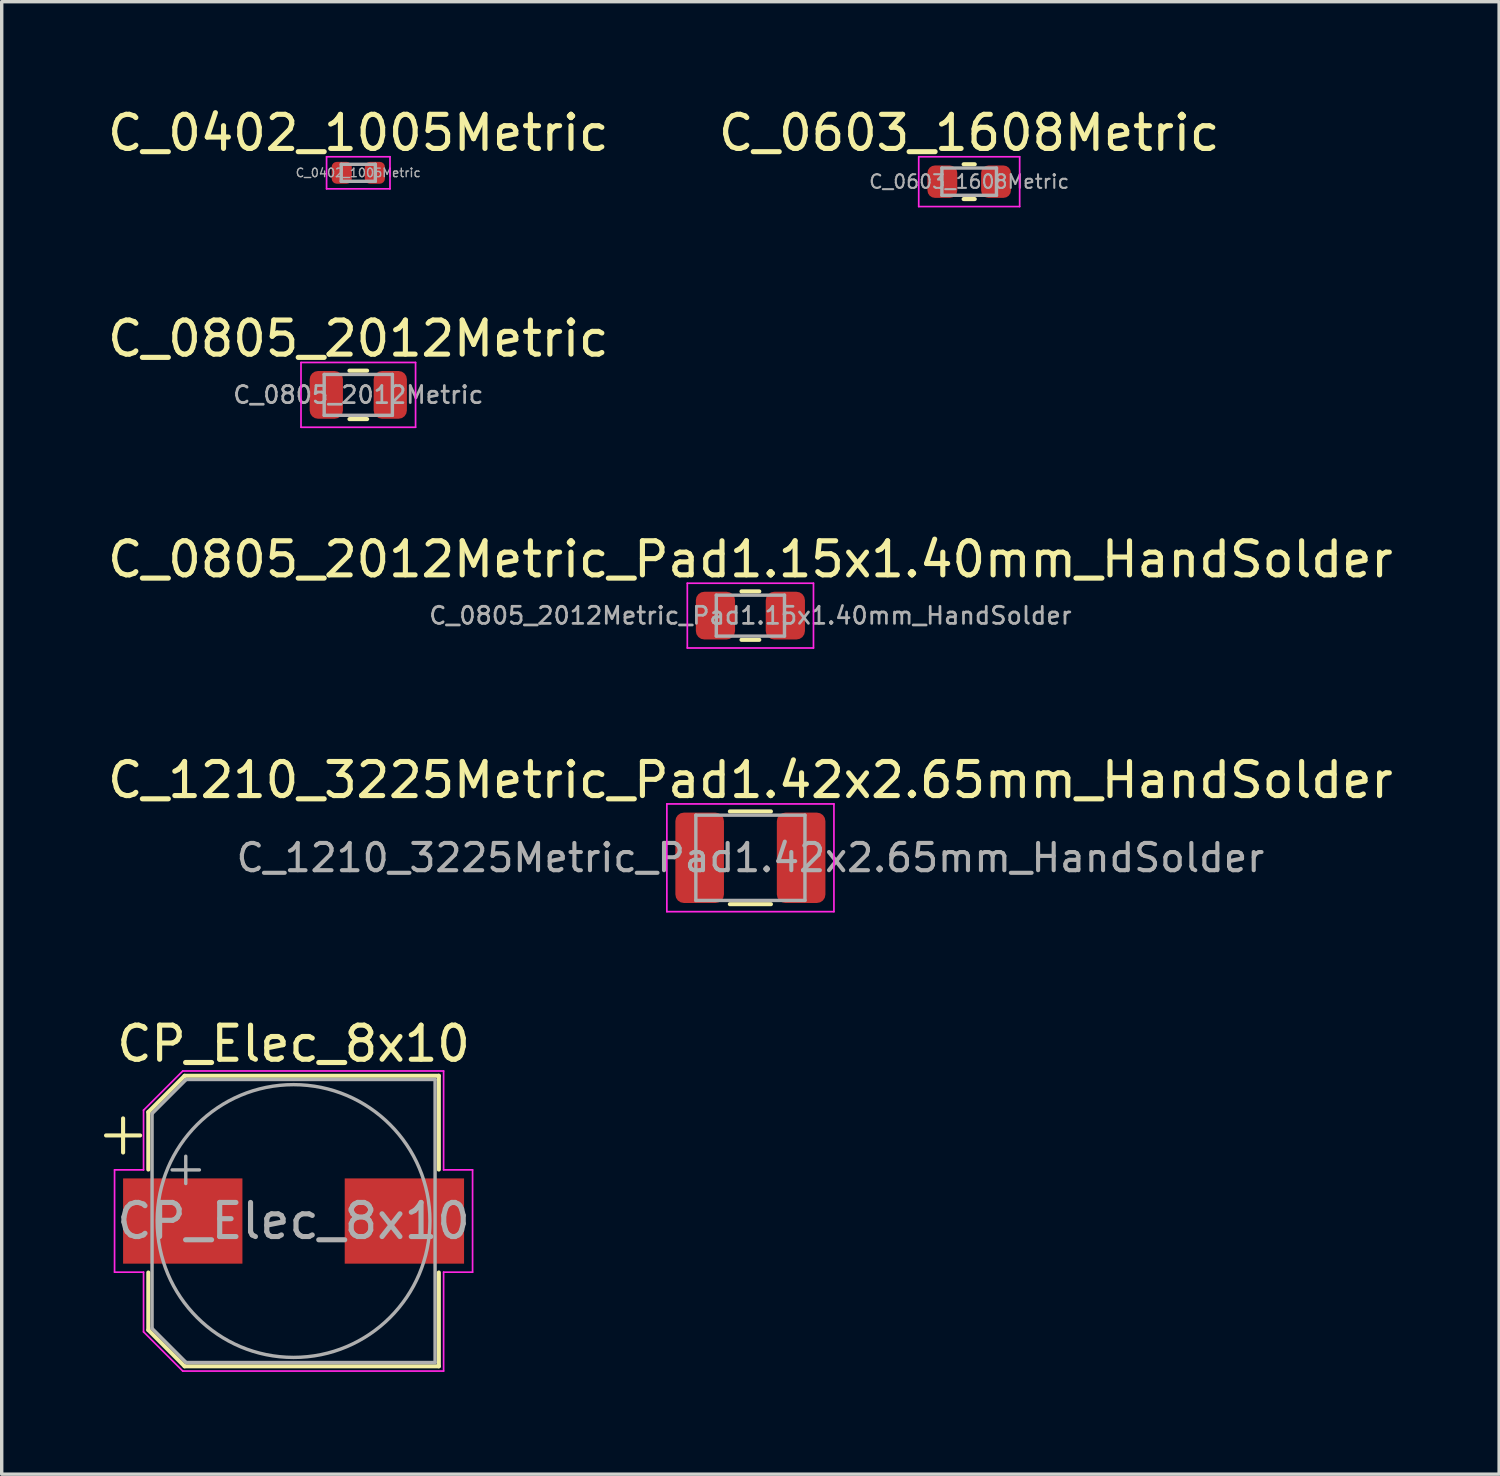
<source format=kicad_pcb>
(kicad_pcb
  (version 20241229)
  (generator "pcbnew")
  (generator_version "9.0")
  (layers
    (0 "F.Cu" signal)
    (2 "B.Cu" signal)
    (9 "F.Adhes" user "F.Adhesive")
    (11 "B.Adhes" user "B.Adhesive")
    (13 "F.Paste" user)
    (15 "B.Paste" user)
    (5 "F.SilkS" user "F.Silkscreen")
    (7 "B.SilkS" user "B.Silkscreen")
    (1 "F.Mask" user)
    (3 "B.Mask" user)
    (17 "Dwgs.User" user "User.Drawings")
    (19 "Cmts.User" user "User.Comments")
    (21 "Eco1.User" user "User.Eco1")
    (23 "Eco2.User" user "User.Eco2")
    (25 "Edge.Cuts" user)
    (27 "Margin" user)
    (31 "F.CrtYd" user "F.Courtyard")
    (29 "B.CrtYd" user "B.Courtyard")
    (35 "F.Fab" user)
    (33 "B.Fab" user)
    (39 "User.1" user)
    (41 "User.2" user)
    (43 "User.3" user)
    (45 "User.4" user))
  (footprint "C_0603_1608Metric"
    (layer "F.Cu")
    (at 25.375 2.278)
    (property "Reference" "C_0603_1608Metric" (at 0 -1.43 0) (layer "F.SilkS") (effects (font (size 1 1) (thickness 0.15))))
    (attr smd)
    (fp_line (start -0.163 -0.51) (end 0.163 -0.51) (stroke (width 0.12) (type solid)) (layer "F.SilkS"))
    (fp_line (start -0.163 0.51) (end 0.163 0.51) (stroke (width 0.12) (type solid)) (layer "F.SilkS"))
    (fp_line (start -1.48 -0.73) (end 1.48 -0.73) (stroke (width 0.05) (type solid)) (layer "F.CrtYd"))
    (fp_line (start -1.48 0.73) (end -1.48 -0.73) (stroke (width 0.05) (type solid)) (layer "F.CrtYd"))
    (fp_line (start 1.48 -0.73) (end 1.48 0.73) (stroke (width 0.05) (type solid)) (layer "F.CrtYd"))
    (fp_line (start 1.48 0.73) (end -1.48 0.73) (stroke (width 0.05) (type solid)) (layer "F.CrtYd"))
    (fp_line (start -0.8 -0.4) (end 0.8 -0.4) (stroke (width 0.1) (type solid)) (layer "F.Fab"))
    (fp_line (start -0.8 0.4) (end -0.8 -0.4) (stroke (width 0.1) (type solid)) (layer "F.Fab"))
    (fp_line (start 0.8 -0.4) (end 0.8 0.4) (stroke (width 0.1) (type solid)) (layer "F.Fab"))
    (fp_line (start 0.8 0.4) (end -0.8 0.4) (stroke (width 0.1) (type solid)) (layer "F.Fab"))
    (fp_text user "${REFERENCE}" (at 0 0 0) (layer "F.Fab") (effects (font (size 0.4 0.4) (thickness 0.06))))
    (pad "1" smd roundrect (at -0.787 0) (size 0.875 0.95) (layers "F.Cu" "F.Mask" "F.Paste") (roundrect_rratio 0.25))
    (pad "2" smd roundrect (at 0.787 0) (size 0.875 0.95) (layers "F.Cu" "F.Mask" "F.Paste") (roundrect_rratio 0.25)))
  (footprint "C_0402_1005Metric"
    (layer "F.Cu")
    (at 7.458 2.018)
    (property "Reference" "C_0402_1005Metric" (at 0 -1.17 0) (layer "F.SilkS") (effects (font (size 1 1) (thickness 0.15))))
    (attr smd)
    (fp_line (start -0.93 -0.47) (end 0.93 -0.47) (stroke (width 0.05) (type solid)) (layer "F.CrtYd"))
    (fp_line (start -0.93 0.47) (end -0.93 -0.47) (stroke (width 0.05) (type solid)) (layer "F.CrtYd"))
    (fp_line (start 0.93 -0.47) (end 0.93 0.47) (stroke (width 0.05) (type solid)) (layer "F.CrtYd"))
    (fp_line (start 0.93 0.47) (end -0.93 0.47) (stroke (width 0.05) (type solid)) (layer "F.CrtYd"))
    (fp_line (start -0.5 -0.25) (end 0.5 -0.25) (stroke (width 0.1) (type solid)) (layer "F.Fab"))
    (fp_line (start -0.5 0.25) (end -0.5 -0.25) (stroke (width 0.1) (type solid)) (layer "F.Fab"))
    (fp_line (start 0.5 -0.25) (end 0.5 0.25) (stroke (width 0.1) (type solid)) (layer "F.Fab"))
    (fp_line (start 0.5 0.25) (end -0.5 0.25) (stroke (width 0.1) (type solid)) (layer "F.Fab"))
    (fp_text user "${REFERENCE}" (at 0 0 0) (layer "F.Fab") (effects (font (size 0.25 0.25) (thickness 0.04))))
    (pad "1" smd roundrect (at -0.485 0) (size 0.59 0.64) (layers "F.Cu" "F.Mask" "F.Paste") (roundrect_rratio 0.25))
    (pad "2" smd roundrect (at 0.485 0) (size 0.59 0.64) (layers "F.Cu" "F.Mask" "F.Paste") (roundrect_rratio 0.25)))
  (footprint "C_0805_2012Metric"
    (layer "F.Cu")
    (at 7.458 8.531)
    (property "Reference" "C_0805_2012Metric" (at 0 -1.65 0) (layer "F.SilkS") (effects (font (size 1 1) (thickness 0.15))))
    (attr smd)
    (fp_line (start -0.259 -0.71) (end 0.259 -0.71) (stroke (width 0.12) (type solid)) (layer "F.SilkS"))
    (fp_line (start -0.259 0.71) (end 0.259 0.71) (stroke (width 0.12) (type solid)) (layer "F.SilkS"))
    (fp_line (start -1.68 -0.95) (end 1.68 -0.95) (stroke (width 0.05) (type solid)) (layer "F.CrtYd"))
    (fp_line (start -1.68 0.95) (end -1.68 -0.95) (stroke (width 0.05) (type solid)) (layer "F.CrtYd"))
    (fp_line (start 1.68 -0.95) (end 1.68 0.95) (stroke (width 0.05) (type solid)) (layer "F.CrtYd"))
    (fp_line (start 1.68 0.95) (end -1.68 0.95) (stroke (width 0.05) (type solid)) (layer "F.CrtYd"))
    (fp_line (start -1 -0.6) (end 1 -0.6) (stroke (width 0.1) (type solid)) (layer "F.Fab"))
    (fp_line (start -1 0.6) (end -1 -0.6) (stroke (width 0.1) (type solid)) (layer "F.Fab"))
    (fp_line (start 1 -0.6) (end 1 0.6) (stroke (width 0.1) (type solid)) (layer "F.Fab"))
    (fp_line (start 1 0.6) (end -1 0.6) (stroke (width 0.1) (type solid)) (layer "F.Fab"))
    (fp_text user "${REFERENCE}" (at 0 0 0) (layer "F.Fab") (effects (font (size 0.5 0.5) (thickness 0.08))))
    (pad "1" smd roundrect (at -0.938 0) (size 0.975 1.4) (layers "F.Cu" "F.Mask" "F.Paste") (roundrect_rratio 0.25))
    (pad "2" smd roundrect (at 0.938 0) (size 0.975 1.4) (layers "F.Cu" "F.Mask" "F.Paste") (roundrect_rratio 0.25)))
  (footprint "CP_Elec_8x10"
    (layer "F.Cu")
    (at 5.56 32.761)
    (property "Reference" "CP_Elec_8x10" (at 0 -5.2 0) (layer "F.SilkS") (effects (font (size 1 1) (thickness 0.15))))
    (attr smd)
    (fp_line (start -5.5 -2.51) (end -4.5 -2.51) (stroke (width 0.12) (type solid)) (layer "F.SilkS"))
    (fp_line (start -5 -3.01) (end -5 -2.01) (stroke (width 0.12) (type solid)) (layer "F.SilkS"))
    (fp_line (start -4.26 -3.196) (end -4.26 -1.51) (stroke (width 0.12) (type solid)) (layer "F.SilkS"))
    (fp_line (start -4.26 -3.196) (end -3.196 -4.26) (stroke (width 0.12) (type solid)) (layer "F.SilkS"))
    (fp_line (start -4.26 3.196) (end -4.26 1.51) (stroke (width 0.12) (type solid)) (layer "F.SilkS"))
    (fp_line (start -4.26 3.196) (end -3.196 4.26) (stroke (width 0.12) (type solid)) (layer "F.SilkS"))
    (fp_line (start -3.196 -4.26) (end 4.26 -4.26) (stroke (width 0.12) (type solid)) (layer "F.SilkS"))
    (fp_line (start -3.196 4.26) (end 4.26 4.26) (stroke (width 0.12) (type solid)) (layer "F.SilkS"))
    (fp_line (start 4.26 -4.26) (end 4.26 -1.51) (stroke (width 0.12) (type solid)) (layer "F.SilkS"))
    (fp_line (start 4.26 4.26) (end 4.26 1.51) (stroke (width 0.12) (type solid)) (layer "F.SilkS"))
    (fp_line (start -5.25 -1.5) (end -5.25 1.5) (stroke (width 0.05) (type solid)) (layer "F.CrtYd"))
    (fp_line (start -5.25 1.5) (end -4.4 1.5) (stroke (width 0.05) (type solid)) (layer "F.CrtYd"))
    (fp_line (start -4.4 -3.25) (end -4.4 -1.5) (stroke (width 0.05) (type solid)) (layer "F.CrtYd"))
    (fp_line (start -4.4 -3.25) (end -3.25 -4.4) (stroke (width 0.05) (type solid)) (layer "F.CrtYd"))
    (fp_line (start -4.4 -1.5) (end -5.25 -1.5) (stroke (width 0.05) (type solid)) (layer "F.CrtYd"))
    (fp_line (start -4.4 1.5) (end -4.4 3.25) (stroke (width 0.05) (type solid)) (layer "F.CrtYd"))
    (fp_line (start -4.4 3.25) (end -3.25 4.4) (stroke (width 0.05) (type solid)) (layer "F.CrtYd"))
    (fp_line (start -3.25 -4.4) (end 4.4 -4.4) (stroke (width 0.05) (type solid)) (layer "F.CrtYd"))
    (fp_line (start -3.25 4.4) (end 4.4 4.4) (stroke (width 0.05) (type solid)) (layer "F.CrtYd"))
    (fp_line (start 4.4 -4.4) (end 4.4 -1.5) (stroke (width 0.05) (type solid)) (layer "F.CrtYd"))
    (fp_line (start 4.4 -1.5) (end 5.25 -1.5) (stroke (width 0.05) (type solid)) (layer "F.CrtYd"))
    (fp_line (start 4.4 1.5) (end 4.4 4.4) (stroke (width 0.05) (type solid)) (layer "F.CrtYd"))
    (fp_line (start 5.25 -1.5) (end 5.25 1.5) (stroke (width 0.05) (type solid)) (layer "F.CrtYd"))
    (fp_line (start 5.25 1.5) (end 4.4 1.5) (stroke (width 0.05) (type solid)) (layer "F.CrtYd"))
    (fp_line (start -4.15 -3.15) (end -4.15 3.15) (stroke (width 0.1) (type solid)) (layer "F.Fab"))
    (fp_line (start -4.15 -3.15) (end -3.15 -4.15) (stroke (width 0.1) (type solid)) (layer "F.Fab"))
    (fp_line (start -4.15 3.15) (end -3.15 4.15) (stroke (width 0.1) (type solid)) (layer "F.Fab"))
    (fp_line (start -3.562 -1.5) (end -2.762 -1.5) (stroke (width 0.1) (type solid)) (layer "F.Fab"))
    (fp_line (start -3.162 -1.9) (end -3.162 -1.1) (stroke (width 0.1) (type solid)) (layer "F.Fab"))
    (fp_line (start -3.15 -4.15) (end 4.15 -4.15) (stroke (width 0.1) (type solid)) (layer "F.Fab"))
    (fp_line (start -3.15 4.15) (end 4.15 4.15) (stroke (width 0.1) (type solid)) (layer "F.Fab"))
    (fp_line (start 4.15 -4.15) (end 4.15 4.15) (stroke (width 0.1) (type solid)) (layer "F.Fab"))
    (fp_circle (center 0 0) (end 4 0) (stroke (width 0.1) (type solid)) (fill no) (layer "F.Fab"))
    (fp_text user "${REFERENCE}" (at 0 0 0) (layer "F.Fab") (effects (font (size 1 1) (thickness 0.15))))
    (pad "1" smd rect (at -3.25 0) (size 3.5 2.5) (layers "F.Cu" "F.Mask" "F.Paste"))
    (pad "2" smd rect (at 3.25 0) (size 3.5 2.5) (layers "F.Cu" "F.Mask" "F.Paste")))
  (footprint "C_0805_2012Metric_Pad1.15x1.40mm_HandSolder"
    (layer "F.Cu")
    (at 18.958 15.005)
    (property "Reference" "C_0805_2012Metric_Pad1.15x1.40mm_HandSolder" (at 0 -1.65 0) (layer "F.SilkS") (effects (font (size 1 1) (thickness 0.15))))
    (attr smd)
    (fp_line (start -0.261 -0.71) (end 0.261 -0.71) (stroke (width 0.12) (type solid)) (layer "F.SilkS"))
    (fp_line (start -0.261 0.71) (end 0.261 0.71) (stroke (width 0.12) (type solid)) (layer "F.SilkS"))
    (fp_line (start -1.85 -0.95) (end 1.85 -0.95) (stroke (width 0.05) (type solid)) (layer "F.CrtYd"))
    (fp_line (start -1.85 0.95) (end -1.85 -0.95) (stroke (width 0.05) (type solid)) (layer "F.CrtYd"))
    (fp_line (start 1.85 -0.95) (end 1.85 0.95) (stroke (width 0.05) (type solid)) (layer "F.CrtYd"))
    (fp_line (start 1.85 0.95) (end -1.85 0.95) (stroke (width 0.05) (type solid)) (layer "F.CrtYd"))
    (fp_line (start -1 -0.6) (end 1 -0.6) (stroke (width 0.1) (type solid)) (layer "F.Fab"))
    (fp_line (start -1 0.6) (end -1 -0.6) (stroke (width 0.1) (type solid)) (layer "F.Fab"))
    (fp_line (start 1 -0.6) (end 1 0.6) (stroke (width 0.1) (type solid)) (layer "F.Fab"))
    (fp_line (start 1 0.6) (end -1 0.6) (stroke (width 0.1) (type solid)) (layer "F.Fab"))
    (fp_text user "${REFERENCE}" (at 0 0 0) (layer "F.Fab") (effects (font (size 0.5 0.5) (thickness 0.08))))
    (pad "1" smd roundrect (at -1.025 0) (size 1.15 1.4) (layers "F.Cu" "F.Mask" "F.Paste") (roundrect_rratio 0.217))
    (pad "2" smd roundrect (at 1.025 0) (size 1.15 1.4) (layers "F.Cu" "F.Mask" "F.Paste") (roundrect_rratio 0.217)))
  (footprint "C_1210_3225Metric_Pad1.42x2.65mm_HandSolder"
    (layer "F.Cu")
    (at 18.958 22.108)
    (property "Reference" "C_1210_3225Metric_Pad1.42x2.65mm_HandSolder" (at 0 -2.28 0) (layer "F.SilkS") (effects (font (size 1 1) (thickness 0.15))))
    (attr smd)
    (fp_line (start -0.602 -1.36) (end 0.602 -1.36) (stroke (width 0.12) (type solid)) (layer "F.SilkS"))
    (fp_line (start -0.602 1.36) (end 0.602 1.36) (stroke (width 0.12) (type solid)) (layer "F.SilkS"))
    (fp_line (start -2.45 -1.58) (end 2.45 -1.58) (stroke (width 0.05) (type solid)) (layer "F.CrtYd"))
    (fp_line (start -2.45 1.58) (end -2.45 -1.58) (stroke (width 0.05) (type solid)) (layer "F.CrtYd"))
    (fp_line (start 2.45 -1.58) (end 2.45 1.58) (stroke (width 0.05) (type solid)) (layer "F.CrtYd"))
    (fp_line (start 2.45 1.58) (end -2.45 1.58) (stroke (width 0.05) (type solid)) (layer "F.CrtYd"))
    (fp_line (start -1.6 -1.25) (end 1.6 -1.25) (stroke (width 0.1) (type solid)) (layer "F.Fab"))
    (fp_line (start -1.6 1.25) (end -1.6 -1.25) (stroke (width 0.1) (type solid)) (layer "F.Fab"))
    (fp_line (start 1.6 -1.25) (end 1.6 1.25) (stroke (width 0.1) (type solid)) (layer "F.Fab"))
    (fp_line (start 1.6 1.25) (end -1.6 1.25) (stroke (width 0.1) (type solid)) (layer "F.Fab"))
    (fp_text user "${REFERENCE}" (at 0 0 0) (layer "F.Fab") (effects (font (size 0.8 0.8) (thickness 0.12))))
    (pad "1" smd roundrect (at -1.488 0) (size 1.425 2.65) (layers "F.Cu" "F.Mask" "F.Paste") (roundrect_rratio 0.175))
    (pad "2" smd roundrect (at 1.488 0) (size 1.425 2.65) (layers "F.Cu" "F.Mask" "F.Paste") (roundrect_rratio 0.175)))
  (gr_rect
    (start -3 -3)
    (end 40.917 40.186)
    (stroke (width 0.1) (type default))
    (fill no)
    (layer "Edge.Cuts")))
</source>
